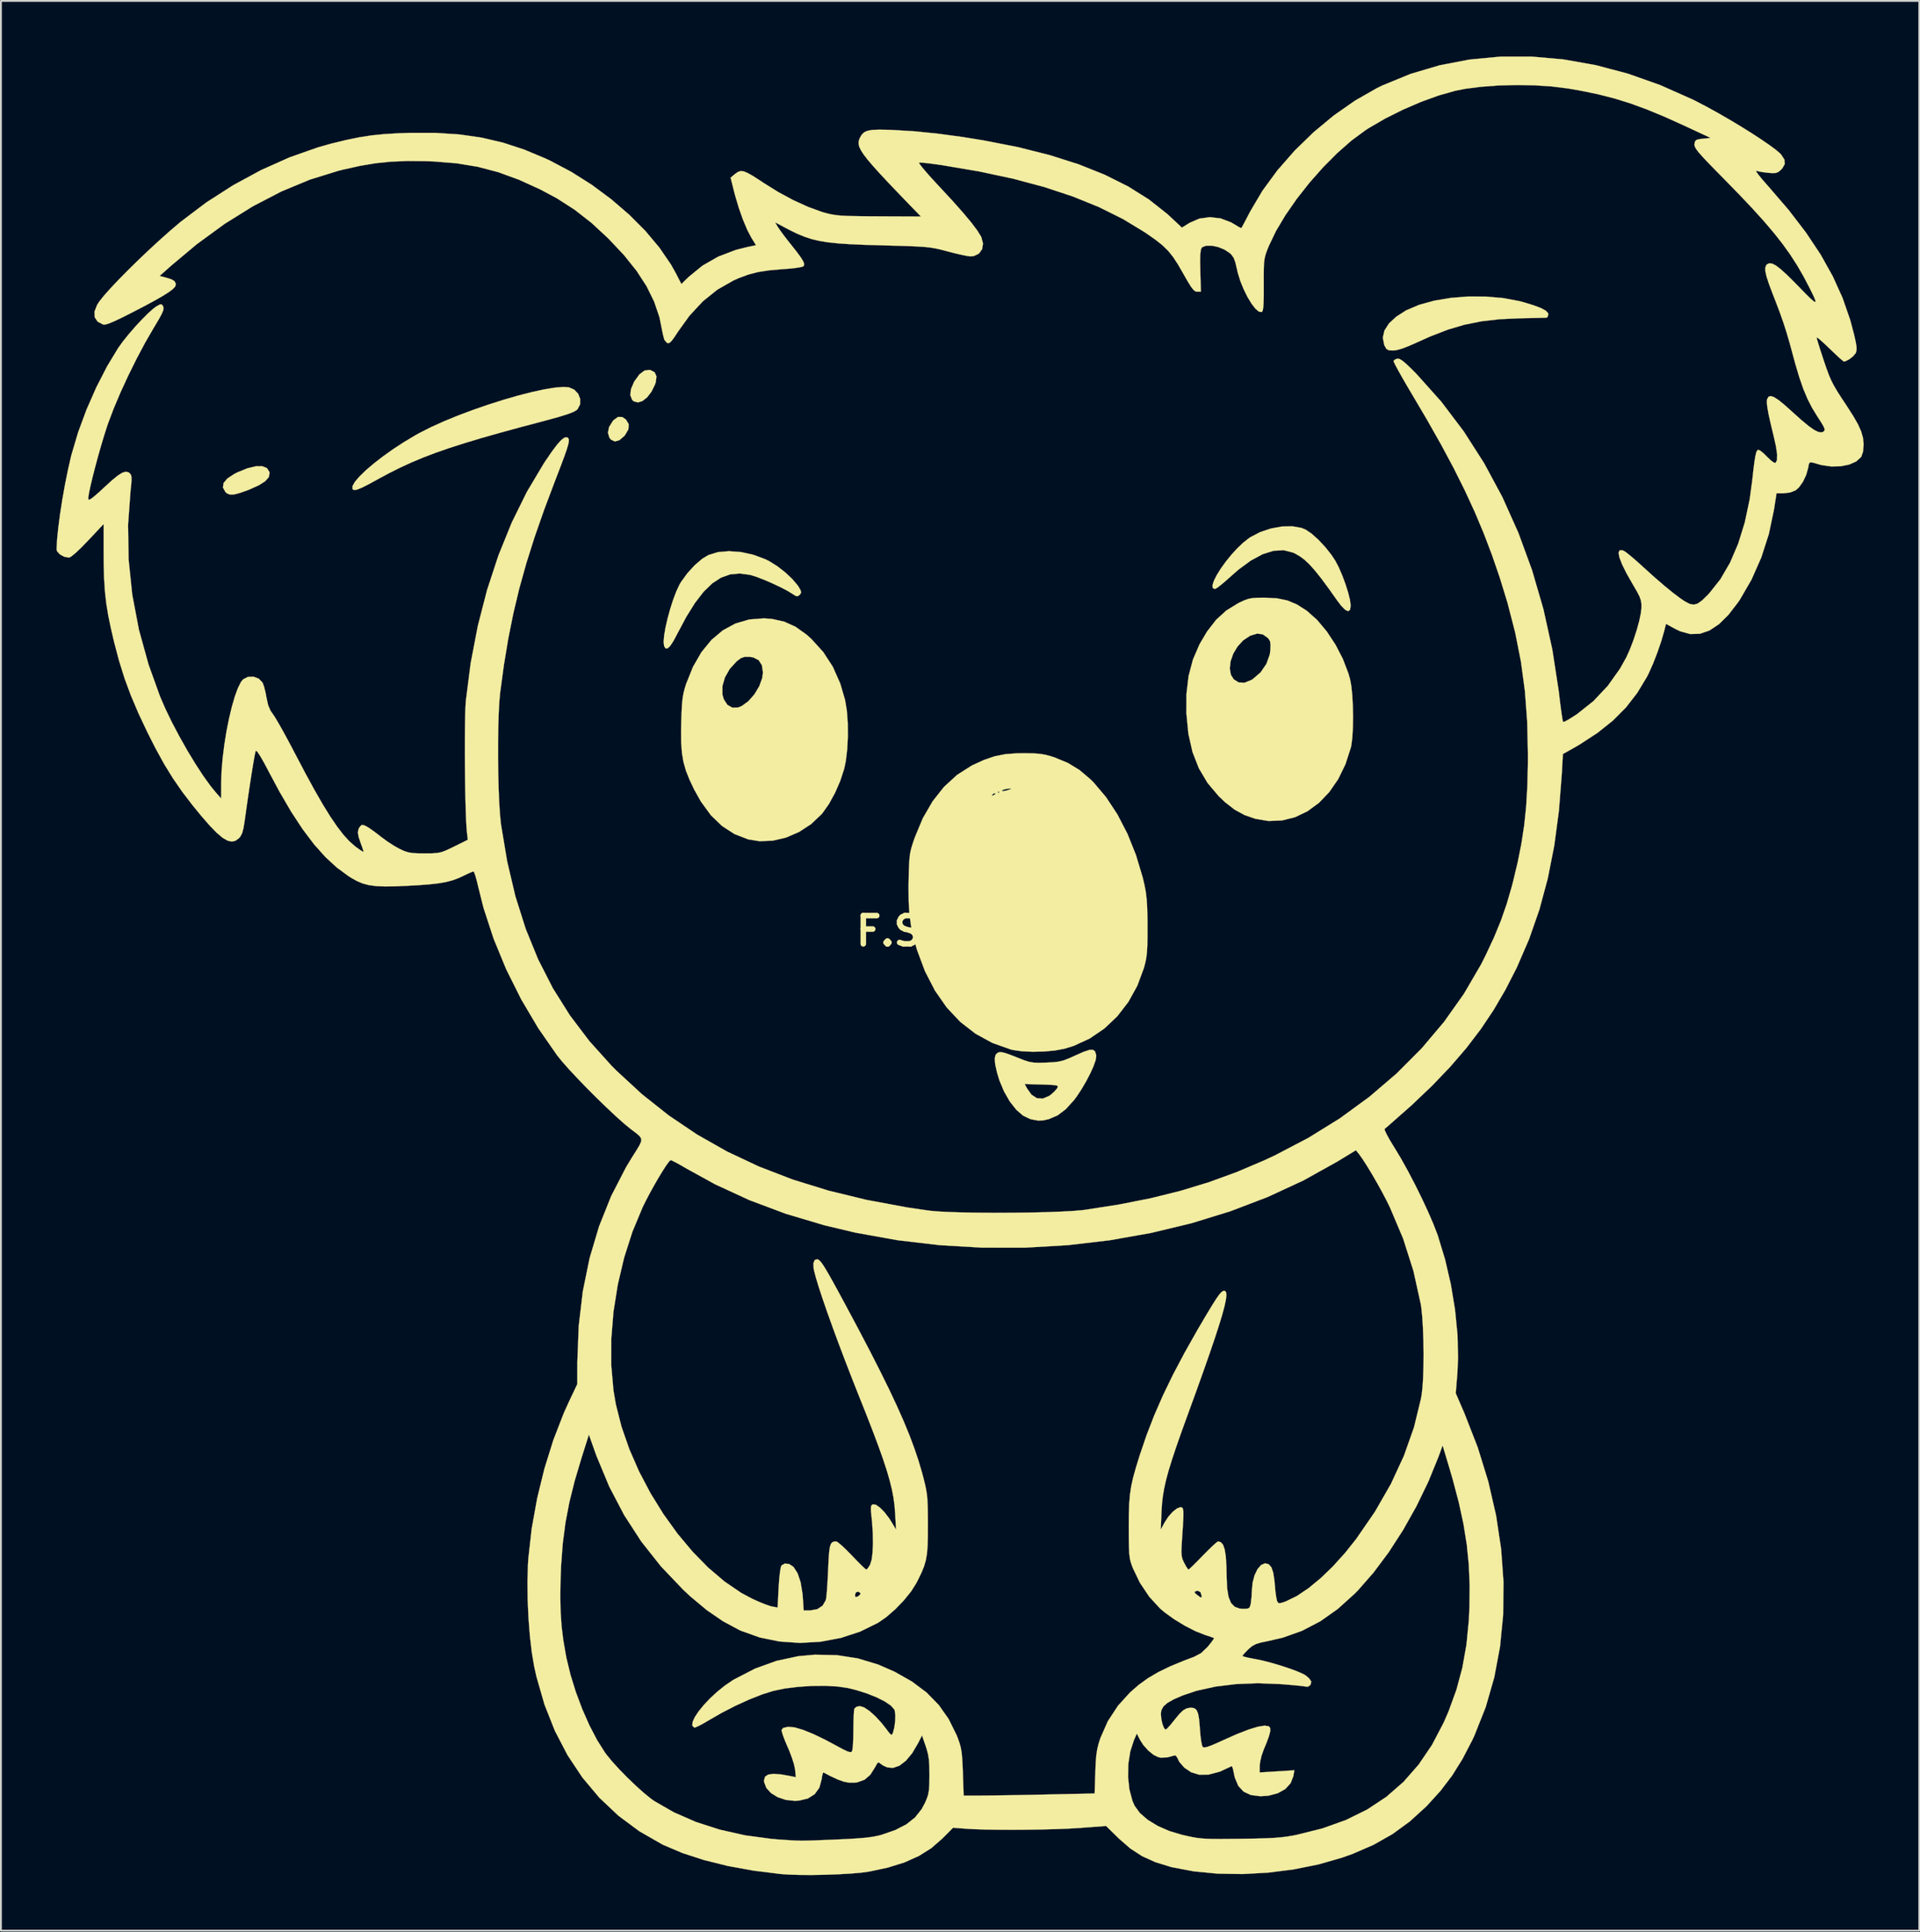
<source format=kicad_pcb>
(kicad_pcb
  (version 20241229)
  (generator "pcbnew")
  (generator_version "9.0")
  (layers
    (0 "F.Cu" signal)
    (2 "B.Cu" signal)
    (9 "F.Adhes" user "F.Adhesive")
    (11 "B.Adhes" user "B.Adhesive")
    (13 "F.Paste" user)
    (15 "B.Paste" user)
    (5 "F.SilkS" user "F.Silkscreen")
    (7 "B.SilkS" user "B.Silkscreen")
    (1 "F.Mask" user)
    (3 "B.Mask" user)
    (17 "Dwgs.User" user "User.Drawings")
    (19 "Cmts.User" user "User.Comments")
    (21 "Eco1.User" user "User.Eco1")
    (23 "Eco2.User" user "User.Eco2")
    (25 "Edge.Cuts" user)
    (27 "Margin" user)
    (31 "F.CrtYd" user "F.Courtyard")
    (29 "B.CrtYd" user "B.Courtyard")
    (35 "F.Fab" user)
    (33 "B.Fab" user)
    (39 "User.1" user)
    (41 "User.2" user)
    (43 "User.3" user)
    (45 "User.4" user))
  (footprint "F.SilkS_g9"
    (layer "F.Cu")
    (at 49.025 47.193)
    (property "Reference" "F.SilkS_g9" (at 0 0 0) (layer "F.SilkS") (effects (font (size 1.524 1.524) (thickness 0.3))))
    (attr through_hole)
    (fp_poly (pts (xy -18.487 -27.739) (xy -18.288 -27.601) (xy -18.141 -27.354) (xy -18.158 -27.073) (xy -18.341 -26.763) (xy -18.381 -26.715) (xy -18.644 -26.488) (xy -18.884 -26.421) (xy -19.093 -26.516) (xy -19.184 -26.626) (xy -19.262 -26.892) (xy -19.199 -27.2) (xy -19.002 -27.517) (xy -18.949 -27.577) (xy -18.717 -27.742) (xy -18.487 -27.739)) (stroke (width 0.01) (type solid)) (fill yes) (layer "F.SilkS"))
    (fp_poly (pts (xy -16.979 -30.277) (xy -16.741 -30.153) (xy -16.642 -29.934) (xy -16.68 -29.618) (xy -16.724 -29.488) (xy -16.916 -29.1) (xy -17.148 -28.8) (xy -17.4 -28.603) (xy -17.646 -28.526) (xy -17.864 -28.584) (xy -17.953 -28.664) (xy -18.053 -28.913) (xy -18.019 -29.241) (xy -17.855 -29.627) (xy -17.833 -29.666) (xy -17.563 -30.039) (xy -17.29 -30.246) (xy -17.016 -30.284) (xy -16.979 -30.277)) (stroke (width 0.01) (type solid)) (fill yes) (layer "F.SilkS"))
    (fp_poly (pts (xy -37.67 -24.985) (xy -37.538 -24.784) (xy -37.524 -24.712) (xy -37.57 -24.492) (xy -37.763 -24.274) (xy -38.111 -24.053) (xy -38.619 -23.825) (xy -38.688 -23.798) (xy -39.124 -23.642) (xy -39.438 -23.561) (xy -39.662 -23.554) (xy -39.824 -23.618) (xy -39.907 -23.692) (xy -40.041 -23.933) (xy -40.008 -24.175) (xy -39.806 -24.419) (xy -39.435 -24.664) (xy -39.235 -24.765) (xy -38.717 -24.974) (xy -38.274 -25.08) (xy -37.92 -25.083) (xy -37.67 -24.985)) (stroke (width 0.01) (type solid)) (fill yes) (layer "F.SilkS"))
    (fp_poly (pts (xy 28.119 -34.24) (xy 29.052 -34.159) (xy 29.928 -33.995) (xy 30.13 -33.942) (xy 30.691 -33.772) (xy 31.096 -33.62) (xy 31.356 -33.479) (xy 31.48 -33.345) (xy 31.496 -33.277) (xy 31.452 -33.135) (xy 31.39 -33.099) (xy 31.272 -33.096) (xy 31.017 -33.09) (xy 30.657 -33.082) (xy 30.223 -33.073) (xy 29.972 -33.068) (xy 28.876 -33.018) (xy 27.893 -32.906) (xy 26.973 -32.722) (xy 26.069 -32.454) (xy 25.13 -32.09) (xy 24.539 -31.826) (xy 24.01 -31.59) (xy 23.606 -31.433) (xy 23.304 -31.348) (xy 23.117 -31.327) (xy 22.886 -31.341) (xy 22.756 -31.414) (xy 22.657 -31.589) (xy 22.636 -31.64) (xy 22.563 -32.02) (xy 22.651 -32.406) (xy 22.894 -32.787) (xy 23.285 -33.152) (xy 23.816 -33.491) (xy 23.835 -33.501) (xy 24.523 -33.793) (xy 25.331 -34.016) (xy 26.223 -34.167) (xy 27.164 -34.242) (xy 28.119 -34.24)) (stroke (width 0.01) (type solid)) (fill yes) (layer "F.SilkS"))
    (fp_poly (pts (xy -21.374 -29.342) (xy -21.078 -29.216) (xy -20.868 -28.992) (xy -20.759 -28.713) (xy -20.765 -28.422) (xy -20.902 -28.162) (xy -20.939 -28.125) (xy -21.103 -28.025) (xy -21.409 -27.904) (xy -21.864 -27.76) (xy -22.477 -27.59) (xy -22.611 -27.554) (xy -23.918 -27.208) (xy -25.077 -26.892) (xy -26.105 -26.6) (xy -27.018 -26.325) (xy -27.834 -26.063) (xy -28.569 -25.807) (xy -29.241 -25.551) (xy -29.867 -25.289) (xy -30.463 -25.015) (xy -31.047 -24.724) (xy -31.636 -24.408) (xy -31.751 -24.344) (xy -32.215 -24.092) (xy -32.555 -23.921) (xy -32.791 -23.826) (xy -32.942 -23.798) (xy -33.028 -23.83) (xy -33.047 -23.855) (xy -33.047 -24.014) (xy -32.916 -24.245) (xy -32.669 -24.534) (xy -32.324 -24.868) (xy -31.895 -25.234) (xy -31.399 -25.618) (xy -30.851 -26.008) (xy -30.267 -26.389) (xy -29.664 -26.75) (xy -29.44 -26.874) (xy -28.82 -27.189) (xy -28.118 -27.506) (xy -27.354 -27.819) (xy -26.551 -28.12) (xy -25.731 -28.404) (xy -24.916 -28.663) (xy -24.127 -28.892) (xy -23.385 -29.082) (xy -22.714 -29.229) (xy -22.135 -29.324) (xy -21.668 -29.361) (xy -21.374 -29.342)) (stroke (width 0.01) (type solid)) (fill yes) (layer "F.SilkS"))
    (fp_poly (pts (xy -12.075 -20.451) (xy -11.407 -20.304) (xy -10.762 -20.063) (xy -10.554 -19.959) (xy -10.125 -19.692) (xy -9.694 -19.357) (xy -9.31 -18.996) (xy -9.02 -18.652) (xy -8.967 -18.572) (xy -8.856 -18.375) (xy -8.836 -18.256) (xy -8.899 -18.159) (xy -8.914 -18.143) (xy -9.016 -18.068) (xy -9.125 -18.083) (xy -9.304 -18.197) (xy -9.304 -18.197) (xy -9.581 -18.366) (xy -9.968 -18.567) (xy -10.413 -18.775) (xy -10.865 -18.969) (xy -11.273 -19.125) (xy -11.587 -19.22) (xy -11.588 -19.221) (xy -12.143 -19.295) (xy -12.663 -19.248) (xy -13.156 -19.073) (xy -13.631 -18.764) (xy -14.096 -18.313) (xy -14.559 -17.714) (xy -15.03 -16.96) (xy -15.484 -16.108) (xy -15.716 -15.671) (xy -15.9 -15.388) (xy -16.044 -15.252) (xy -16.153 -15.256) (xy -16.228 -15.375) (xy -16.256 -15.598) (xy -16.228 -15.944) (xy -16.154 -16.379) (xy -16.042 -16.868) (xy -15.902 -17.378) (xy -15.743 -17.875) (xy -15.573 -18.324) (xy -15.401 -18.693) (xy -15.326 -18.823) (xy -14.975 -19.308) (xy -14.577 -19.742) (xy -14.172 -20.089) (xy -13.843 -20.289) (xy -13.332 -20.447) (xy -12.73 -20.5) (xy -12.075 -20.451)) (stroke (width 0.01) (type solid)) (fill yes) (layer "F.SilkS"))
    (fp_poly (pts (xy 18.159 -21.759) (xy 18.381 -21.671) (xy 18.707 -21.454) (xy 19.075 -21.127) (xy 19.448 -20.73) (xy 19.786 -20.304) (xy 20.005 -19.973) (xy 20.191 -19.612) (xy 20.379 -19.175) (xy 20.552 -18.706) (xy 20.695 -18.252) (xy 20.792 -17.857) (xy 20.828 -17.567) (xy 20.794 -17.337) (xy 20.694 -17.261) (xy 20.532 -17.336) (xy 20.31 -17.562) (xy 20.097 -17.843) (xy 19.63 -18.501) (xy 19.237 -19.032) (xy 18.902 -19.452) (xy 18.61 -19.779) (xy 18.346 -20.029) (xy 18.093 -20.219) (xy 17.837 -20.366) (xy 17.717 -20.423) (xy 17.218 -20.552) (xy 16.668 -20.522) (xy 16.073 -20.336) (xy 15.437 -19.993) (xy 14.763 -19.497) (xy 14.401 -19.18) (xy 14.094 -18.905) (xy 13.823 -18.678) (xy 13.616 -18.521) (xy 13.502 -18.458) (xy 13.497 -18.457) (xy 13.383 -18.515) (xy 13.373 -18.675) (xy 13.451 -18.917) (xy 13.606 -19.221) (xy 13.822 -19.566) (xy 14.086 -19.932) (xy 14.383 -20.3) (xy 14.702 -20.648) (xy 15.026 -20.957) (xy 15.343 -21.207) (xy 15.412 -21.253) (xy 15.94 -21.528) (xy 16.519 -21.722) (xy 17.108 -21.829) (xy 17.668 -21.843) (xy 18.159 -21.759)) (stroke (width 0.01) (type solid)) (fill yes) (layer "F.SilkS"))
    (fp_poly (pts (xy 7.025 6.486) (xy 7.083 6.657) (xy 7.095 6.749) (xy 7.064 6.962) (xy 6.953 7.279) (xy 6.779 7.667) (xy 6.559 8.092) (xy 6.31 8.519) (xy 6.049 8.915) (xy 5.895 9.122) (xy 5.453 9.61) (xy 5.007 9.947) (xy 4.534 10.149) (xy 4.522 10.152) (xy 4.216 10.219) (xy 3.949 10.226) (xy 3.636 10.169) (xy 3.519 10.139) (xy 3.145 9.961) (xy 2.776 9.639) (xy 2.428 9.196) (xy 2.118 8.657) (xy 1.951 8.255) (xy 3.234 8.255) (xy 3.354 8.485) (xy 3.599 8.83) (xy 3.887 9.016) (xy 4.207 9.041) (xy 4.545 8.901) (xy 4.626 8.844) (xy 4.828 8.668) (xy 4.974 8.501) (xy 4.994 8.469) (xy 5.022 8.398) (xy 4.999 8.35) (xy 4.897 8.32) (xy 4.69 8.301) (xy 4.352 8.287) (xy 4.157 8.281) (xy 3.234 8.255) (xy 1.951 8.255) (xy 1.864 8.046) (xy 1.741 7.639) (xy 1.644 7.207) (xy 1.615 6.904) (xy 1.652 6.705) (xy 1.71 6.621) (xy 1.807 6.551) (xy 1.933 6.53) (xy 2.12 6.563) (xy 2.398 6.655) (xy 2.798 6.812) (xy 2.826 6.823) (xy 3.187 6.966) (xy 3.461 7.053) (xy 3.711 7.097) (xy 4.002 7.108) (xy 4.389 7.098) (xy 4.779 7.079) (xy 5.075 7.044) (xy 5.339 6.978) (xy 5.632 6.865) (xy 6.004 6.697) (xy 6.422 6.513) (xy 6.717 6.415) (xy 6.91 6.406) (xy 7.025 6.486)) (stroke (width 0.01) (type solid)) (fill yes) (layer "F.SilkS"))
    (fp_poly (pts (xy -10.392 -16.84) (xy -9.742 -16.695) (xy -9.136 -16.42) (xy -8.546 -16) (xy -8.29 -15.772) (xy -7.643 -15.06) (xy -7.124 -14.263) (xy -6.724 -13.362) (xy -6.461 -12.466) (xy -6.368 -11.903) (xy -6.318 -11.235) (xy -6.311 -10.519) (xy -6.347 -9.811) (xy -6.424 -9.169) (xy -6.508 -8.763) (xy -6.72 -8.112) (xy -7.003 -7.461) (xy -7.33 -6.864) (xy -7.676 -6.373) (xy -7.741 -6.296) (xy -8.304 -5.766) (xy -8.948 -5.347) (xy -9.643 -5.047) (xy -10.363 -4.878) (xy -11.076 -4.848) (xy -11.691 -4.948) (xy -12.432 -5.235) (xy -13.102 -5.668) (xy -13.705 -6.251) (xy -14.244 -6.988) (xy -14.602 -7.629) (xy -14.86 -8.173) (xy -15.052 -8.658) (xy -15.185 -9.126) (xy -15.268 -9.616) (xy -15.308 -10.17) (xy -15.313 -10.829) (xy -15.305 -11.245) (xy -15.287 -11.797) (xy -15.264 -12.219) (xy -15.232 -12.549) (xy -15.195 -12.765) (xy -13.083 -12.765) (xy -13.009 -12.506) (xy -12.813 -12.205) (xy -12.549 -12.056) (xy -12.235 -12.065) (xy -12.04 -12.142) (xy -11.679 -12.406) (xy -11.353 -12.779) (xy -11.094 -13.211) (xy -10.933 -13.654) (xy -10.894 -13.952) (xy -10.951 -14.346) (xy -11.125 -14.617) (xy -11.416 -14.768) (xy -11.621 -14.8) (xy -11.887 -14.798) (xy -12.086 -14.729) (xy -12.305 -14.563) (xy -12.314 -14.555) (xy -12.687 -14.147) (xy -12.947 -13.69) (xy -13.083 -13.219) (xy -13.083 -12.765) (xy -15.195 -12.765) (xy -15.185 -12.825) (xy -15.119 -13.087) (xy -15.042 -13.335) (xy -14.669 -14.262) (xy -14.21 -15.057) (xy -13.671 -15.714) (xy -13.059 -16.228) (xy -12.38 -16.596) (xy -11.639 -16.813) (xy -10.843 -16.874) (xy -10.392 -16.84)) (stroke (width 0.01) (type solid)) (fill yes) (layer "F.SilkS"))
    (fp_poly (pts (xy 16.867 -17.953) (xy 17.418 -17.838) (xy 17.921 -17.627) (xy 18.43 -17.303) (xy 18.478 -17.268) (xy 19.019 -16.785) (xy 19.536 -16.169) (xy 20.005 -15.459) (xy 20.402 -14.693) (xy 20.704 -13.907) (xy 20.795 -13.589) (xy 20.864 -13.208) (xy 20.914 -12.71) (xy 20.945 -12.14) (xy 20.956 -11.542) (xy 20.946 -10.961) (xy 20.916 -10.441) (xy 20.864 -10.027) (xy 20.838 -9.906) (xy 20.547 -9.005) (xy 20.156 -8.202) (xy 19.676 -7.505) (xy 19.121 -6.924) (xy 18.501 -6.468) (xy 17.83 -6.146) (xy 17.119 -5.967) (xy 16.381 -5.94) (xy 15.686 -6.057) (xy 15.097 -6.261) (xy 14.565 -6.551) (xy 14.047 -6.954) (xy 13.706 -7.278) (xy 13.105 -7.989) (xy 12.636 -8.779) (xy 12.291 -9.661) (xy 12.068 -10.646) (xy 11.961 -11.738) (xy 11.965 -12.805) (xy 12.08 -13.767) (xy 12.189 -14.176) (xy 14.301 -14.176) (xy 14.361 -13.83) (xy 14.516 -13.585) (xy 14.787 -13.413) (xy 15.1 -13.4) (xy 15.461 -13.546) (xy 15.546 -13.598) (xy 15.966 -13.96) (xy 16.28 -14.418) (xy 16.462 -14.927) (xy 16.493 -15.15) (xy 16.504 -15.45) (xy 16.476 -15.639) (xy 16.395 -15.775) (xy 16.352 -15.821) (xy 16.082 -16.011) (xy 15.784 -16.052) (xy 15.428 -15.946) (xy 15.376 -15.922) (xy 15.018 -15.681) (xy 14.719 -15.353) (xy 14.491 -14.971) (xy 14.348 -14.568) (xy 14.301 -14.176) (xy 12.189 -14.176) (xy 12.314 -14.651) (xy 12.674 -15.485) (xy 13.076 -16.164) (xy 13.567 -16.798) (xy 14.114 -17.297) (xy 14.755 -17.692) (xy 14.807 -17.718) (xy 15.079 -17.845) (xy 15.303 -17.925) (xy 15.534 -17.969) (xy 15.829 -17.986) (xy 16.212 -17.989) (xy 16.867 -17.953)) (stroke (width 0.01) (type solid)) (fill yes) (layer "F.SilkS"))
    (fp_poly (pts (xy 3.69 -9.589) (xy 4.052 -9.563) (xy 4.36 -9.512) (xy 4.671 -9.427) (xy 4.854 -9.367) (xy 5.57 -9.069) (xy 6.199 -8.684) (xy 6.797 -8.175) (xy 6.947 -8.026) (xy 7.622 -7.229) (xy 8.237 -6.295) (xy 8.78 -5.246) (xy 9.238 -4.106) (xy 9.6 -2.899) (xy 9.705 -2.455) (xy 9.77 -2.105) (xy 9.815 -1.723) (xy 9.844 -1.274) (xy 9.859 -0.72) (xy 9.862 -0.212) (xy 9.86 0.361) (xy 9.851 0.801) (xy 9.831 1.143) (xy 9.799 1.424) (xy 9.75 1.678) (xy 9.681 1.943) (xy 9.668 1.99) (xy 9.312 2.95) (xy 8.828 3.825) (xy 8.229 4.601) (xy 7.529 5.263) (xy 6.739 5.8) (xy 5.875 6.197) (xy 5.377 6.35) (xy 4.868 6.445) (xy 4.277 6.5) (xy 3.663 6.514) (xy 3.082 6.487) (xy 2.592 6.417) (xy 2.483 6.39) (xy 1.487 6.037) (xy 0.577 5.539) (xy -0.246 4.9) (xy -0.976 4.124) (xy -1.611 3.212) (xy -2.148 2.17) (xy -2.575 1.027) (xy -2.764 0.364) (xy -2.9 -0.266) (xy -2.986 -0.908) (xy -3.03 -1.609) (xy -3.037 -2.416) (xy -3.032 -2.708) (xy -3.019 -3.249) (xy -3.003 -3.658) (xy -2.98 -3.974) (xy -2.943 -4.233) (xy -2.887 -4.475) (xy -2.807 -4.736) (xy -2.699 -5.051) (xy -2.265 -6.09) (xy -1.736 -7.004) (xy -1.498 -7.305) (xy 1.448 -7.305) (xy 1.533 -7.323) (xy 1.549 -7.329) (xy 1.652 -7.396) (xy 1.653 -7.434) (xy 1.564 -7.425) (xy 1.501 -7.377) (xy 1.448 -7.305) (xy -1.498 -7.305) (xy -1.349 -7.493) (xy 1.778 -7.493) (xy 1.82 -7.451) (xy 1.863 -7.493) (xy 1.82 -7.535) (xy 1.778 -7.493) (xy -1.349 -7.493) (xy -1.29 -7.568) (xy 1.989 -7.568) (xy 2.034 -7.55) (xy 2.174 -7.568) (xy 2.371 -7.62) (xy 2.5 -7.669) (xy 2.472 -7.688) (xy 2.413 -7.69) (xy 2.191 -7.658) (xy 2.074 -7.62) (xy 1.989 -7.568) (xy -1.29 -7.568) (xy -1.117 -7.786) (xy -0.414 -8.429) (xy 0.369 -8.927) (xy 0.423 -8.954) (xy 1.048 -9.24) (xy 1.614 -9.432) (xy 2.185 -9.545) (xy 2.823 -9.593) (xy 3.217 -9.598) (xy 3.69 -9.589)) (stroke (width 0.01) (type solid)) (fill yes) (layer "F.SilkS"))
    (fp_poly (pts (xy 32.323 -47.035) (xy 34.053 -46.728) (xy 35.791 -46.268) (xy 37.526 -45.655) (xy 39.25 -44.89) (xy 39.46 -44.786) (xy 40.025 -44.492) (xy 40.628 -44.16) (xy 41.246 -43.804) (xy 41.856 -43.439) (xy 42.436 -43.078) (xy 42.964 -42.735) (xy 43.418 -42.424) (xy 43.775 -42.16) (xy 44.012 -41.957) (xy 44.062 -41.903) (xy 44.238 -41.63) (xy 44.259 -41.393) (xy 44.125 -41.158) (xy 44.062 -41.091) (xy 43.918 -40.966) (xy 43.771 -40.908) (xy 43.559 -40.902) (xy 43.363 -40.917) (xy 43.066 -40.954) (xy 42.818 -41) (xy 42.717 -41.029) (xy 42.711 -40.995) (xy 42.805 -40.856) (xy 42.984 -40.631) (xy 43.233 -40.341) (xy 43.386 -40.169) (xy 44.47 -38.909) (xy 45.403 -37.692) (xy 46.194 -36.505) (xy 46.849 -35.332) (xy 47.379 -34.161) (xy 47.79 -32.976) (xy 48.001 -32.179) (xy 48.087 -31.791) (xy 48.13 -31.528) (xy 48.133 -31.351) (xy 48.1 -31.221) (xy 48.079 -31.177) (xy 47.938 -31.01) (xy 47.73 -30.85) (xy 47.526 -30.748) (xy 47.45 -30.734) (xy 47.37 -30.79) (xy 47.196 -30.941) (xy 46.955 -31.166) (xy 46.683 -31.426) (xy 46.408 -31.689) (xy 46.183 -31.891) (xy 46.03 -32.013) (xy 45.974 -32.036) (xy 45.974 -32.036) (xy 46 -31.929) (xy 46.07 -31.693) (xy 46.174 -31.361) (xy 46.304 -30.964) (xy 46.344 -30.841) (xy 46.498 -30.389) (xy 46.63 -30.029) (xy 46.761 -29.723) (xy 46.911 -29.43) (xy 47.1 -29.11) (xy 47.348 -28.723) (xy 47.606 -28.334) (xy 47.958 -27.786) (xy 48.213 -27.338) (xy 48.381 -26.961) (xy 48.477 -26.626) (xy 48.512 -26.304) (xy 48.513 -26.244) (xy 48.481 -25.863) (xy 48.387 -25.596) (xy 48.376 -25.579) (xy 48.115 -25.342) (xy 47.734 -25.174) (xy 47.27 -25.081) (xy 46.761 -25.07) (xy 46.244 -25.146) (xy 46.093 -25.187) (xy 45.813 -25.271) (xy 45.655 -25.297) (xy 45.579 -25.254) (xy 45.542 -25.128) (xy 45.524 -25.012) (xy 45.415 -24.618) (xy 45.236 -24.24) (xy 45.016 -23.934) (xy 44.841 -23.783) (xy 44.543 -23.667) (xy 44.195 -23.622) (xy 43.813 -23.622) (xy 43.67 -22.712) (xy 43.396 -21.417) (xy 42.989 -20.156) (xy 42.463 -18.966) (xy 41.831 -17.878) (xy 41.732 -17.733) (xy 41.214 -17.061) (xy 40.701 -16.557) (xy 40.19 -16.218) (xy 39.676 -16.042) (xy 39.154 -16.028) (xy 38.621 -16.174) (xy 38.376 -16.291) (xy 37.847 -16.576) (xy 37.759 -16.225) (xy 37.595 -15.655) (xy 37.382 -15.034) (xy 37.145 -14.426) (xy 36.908 -13.895) (xy 36.817 -13.716) (xy 36.294 -12.85) (xy 35.69 -12.071) (xy 34.983 -11.36) (xy 34.154 -10.698) (xy 33.183 -10.065) (xy 32.786 -9.835) (xy 32.282 -9.553) (xy 32.223 -8.481) (xy 32.066 -6.479) (xy 31.815 -4.604) (xy 31.466 -2.839) (xy 31.015 -1.164) (xy 30.457 0.437) (xy 29.787 1.983) (xy 29.176 3.175) (xy 28.543 4.257) (xy 27.845 5.299) (xy 27.068 6.317) (xy 26.196 7.329) (xy 25.216 8.352) (xy 24.111 9.404) (xy 22.867 10.5) (xy 22.659 10.677) (xy 22.675 10.767) (xy 22.77 10.97) (xy 22.929 11.259) (xy 23.138 11.605) (xy 23.196 11.698) (xy 23.542 12.272) (xy 23.916 12.944) (xy 24.298 13.674) (xy 24.668 14.424) (xy 25.008 15.153) (xy 25.297 15.821) (xy 25.515 16.389) (xy 25.528 16.425) (xy 25.923 17.722) (xy 26.235 19.069) (xy 26.46 20.43) (xy 26.592 21.765) (xy 26.625 23.035) (xy 26.586 23.864) (xy 26.499 24.941) (xy 26.973 26.038) (xy 27.686 27.866) (xy 28.253 29.699) (xy 28.674 31.528) (xy 28.948 33.344) (xy 29.076 35.136) (xy 29.057 36.895) (xy 28.89 38.612) (xy 28.577 40.277) (xy 28.115 41.881) (xy 27.506 43.413) (xy 27.39 43.662) (xy 26.861 44.68) (xy 26.301 45.576) (xy 25.676 46.397) (xy 24.954 47.19) (xy 24.894 47.251) (xy 24.013 48.053) (xy 23.079 48.733) (xy 22.063 49.308) (xy 20.932 49.799) (xy 20.354 50.004) (xy 19.088 50.367) (xy 17.751 50.636) (xy 16.378 50.81) (xy 15.003 50.887) (xy 13.657 50.866) (xy 12.377 50.744) (xy 11.194 50.52) (xy 11.125 50.503) (xy 10.29 50.247) (xy 9.575 49.924) (xy 8.935 49.509) (xy 8.325 48.978) (xy 8.321 48.975) (xy 7.626 48.292) (xy 6.205 48.399) (xy 5.628 48.434) (xy 4.939 48.461) (xy 4.175 48.482) (xy 3.372 48.495) (xy 2.564 48.5) (xy 1.789 48.496) (xy 1.081 48.485) (xy 0.478 48.465) (xy 0.086 48.442) (xy -0.632 48.387) (xy -1.226 48.984) (xy -1.812 49.491) (xy -2.483 49.913) (xy -3.26 50.26) (xy -4.161 50.54) (xy -5.165 50.754) (xy -5.597 50.813) (xy -6.159 50.861) (xy -6.808 50.898) (xy -7.506 50.924) (xy -8.21 50.936) (xy -8.881 50.934) (xy -9.479 50.916) (xy -9.929 50.886) (xy -11.402 50.703) (xy -12.791 50.45) (xy -14.078 50.131) (xy -15.243 49.752) (xy -16.267 49.316) (xy -16.341 49.28) (xy -17.571 48.574) (xy -18.7 47.735) (xy -19.724 46.768) (xy -20.638 45.68) (xy -21.44 44.475) (xy -22.124 43.161) (xy -22.686 41.743) (xy -23.122 40.226) (xy -23.241 39.689) (xy -23.371 38.92) (xy -23.475 38.03) (xy -23.55 37.066) (xy -23.594 36.076) (xy -23.596 35.888) (xy -21.832 35.888) (xy -21.816 36.731) (xy -21.764 37.505) (xy -21.673 38.256) (xy -21.539 39.034) (xy -21.5 39.235) (xy -21.281 40.141) (xy -20.991 41.073) (xy -20.645 41.995) (xy -20.258 42.869) (xy -19.848 43.656) (xy -19.428 44.32) (xy -19.34 44.44) (xy -19.037 44.811) (xy -18.65 45.236) (xy -18.213 45.682) (xy -17.761 46.116) (xy -17.327 46.505) (xy -16.947 46.815) (xy -16.765 46.945) (xy -15.701 47.557) (xy -14.514 48.075) (xy -13.226 48.491) (xy -11.858 48.798) (xy -10.433 48.99) (xy -10.075 49.019) (xy -9.691 49.046) (xy -9.385 49.066) (xy -9.124 49.079) (xy -8.876 49.085) (xy -8.61 49.084) (xy -8.292 49.077) (xy -7.892 49.063) (xy -7.377 49.042) (xy -6.943 49.024) (xy -6.264 48.993) (xy -5.727 48.959) (xy -5.301 48.921) (xy -4.959 48.874) (xy -4.671 48.816) (xy -4.501 48.772) (xy -3.756 48.515) (xy -3.157 48.207) (xy -2.688 47.836) (xy -2.331 47.387) (xy -2.152 47.054) (xy -2.045 46.806) (xy -1.975 46.588) (xy -1.934 46.353) (xy -1.914 46.054) (xy -1.908 45.642) (xy -1.907 45.551) (xy -1.913 45.076) (xy -1.936 44.716) (xy -1.984 44.416) (xy -2.063 44.124) (xy -2.107 43.99) (xy -2.31 43.404) (xy -2.52 43.821) (xy -2.838 44.361) (xy -3.179 44.771) (xy -3.53 45.04) (xy -3.879 45.159) (xy -4.187 45.129) (xy -4.411 45.03) (xy -4.568 44.919) (xy -4.576 44.911) (xy -4.652 44.857) (xy -4.729 44.916) (xy -4.837 45.11) (xy -4.838 45.113) (xy -5.1 45.529) (xy -5.411 45.797) (xy -5.796 45.934) (xy -5.963 45.956) (xy -6.239 45.956) (xy -6.528 45.902) (xy -6.863 45.783) (xy -7.28 45.587) (xy -7.63 45.403) (xy -7.669 45.461) (xy -7.709 45.641) (xy -7.726 45.769) (xy -7.85 46.226) (xy -8.102 46.576) (xy -8.473 46.811) (xy -8.956 46.926) (xy -9.183 46.937) (xy -9.668 46.884) (xy -10.103 46.737) (xy -10.461 46.515) (xy -10.713 46.237) (xy -10.831 45.92) (xy -10.837 45.836) (xy -10.784 45.64) (xy -10.619 45.522) (xy -10.33 45.479) (xy -9.907 45.511) (xy -9.407 45.601) (xy -9.12 45.661) (xy -9.16 45.246) (xy -9.214 44.981) (xy -9.326 44.623) (xy -9.476 44.226) (xy -9.557 44.038) (xy -9.705 43.692) (xy -9.818 43.393) (xy -9.881 43.181) (xy -9.888 43.107) (xy -9.801 43.003) (xy -9.575 42.949) (xy -9.502 42.942) (xy -9.176 42.975) (xy -8.728 43.107) (xy -8.169 43.334) (xy -7.512 43.651) (xy -6.925 43.965) (xy -6.568 44.158) (xy -6.329 44.27) (xy -6.183 44.311) (xy -6.104 44.29) (xy -6.089 44.272) (xy -6.059 44.145) (xy -6.035 43.886) (xy -6.019 43.533) (xy -6.013 43.124) (xy -6.013 43.123) (xy -6.008 42.712) (xy -5.997 42.356) (xy -5.98 42.092) (xy -5.96 41.959) (xy -5.838 41.856) (xy -5.66 41.825) (xy -5.437 41.894) (xy -5.15 42.084) (xy -4.826 42.373) (xy -4.49 42.739) (xy -4.256 43.037) (xy -4.086 43.262) (xy -3.986 43.365) (xy -3.927 43.363) (xy -3.882 43.274) (xy -3.879 43.268) (xy -3.802 42.975) (xy -3.758 42.636) (xy -3.749 42.313) (xy -3.781 42.067) (xy -3.804 42.007) (xy -3.989 41.797) (xy -4.315 41.575) (xy -4.754 41.352) (xy -5.278 41.143) (xy -5.861 40.959) (xy -6.294 40.851) (xy -6.855 40.767) (xy -7.529 40.729) (xy -8.264 40.736) (xy -9.012 40.785) (xy -9.722 40.875) (xy -10.342 41.004) (xy -10.948 41.196) (xy -11.643 41.471) (xy -12.385 41.809) (xy -13.127 42.191) (xy -13.796 42.576) (xy -14.108 42.759) (xy -14.371 42.898) (xy -14.548 42.975) (xy -14.6 42.984) (xy -14.706 42.878) (xy -14.693 42.686) (xy -14.577 42.426) (xy -14.372 42.115) (xy -14.094 41.772) (xy -13.758 41.415) (xy -13.378 41.062) (xy -12.969 40.731) (xy -12.546 40.441) (xy -12.459 40.388) (xy -11.323 39.802) (xy -10.168 39.384) (xy -8.989 39.131) (xy -8.101 39.051) (xy -6.909 39.074) (xy -5.776 39.249) (xy -4.675 39.581) (xy -3.787 39.97) (xy -2.85 40.501) (xy -2.061 41.093) (xy -1.407 41.761) (xy -0.872 42.521) (xy -0.444 43.386) (xy -0.371 43.57) (xy -0.28 43.829) (xy -0.214 44.076) (xy -0.168 44.352) (xy -0.137 44.698) (xy -0.114 45.154) (xy -0.105 45.403) (xy -0.062 46.651) (xy 0.879 46.651) (xy 1.21 46.649) (xy 1.679 46.644) (xy 2.254 46.636) (xy 2.903 46.625) (xy 3.595 46.612) (xy 4.298 46.598) (xy 4.415 46.595) (xy 7.009 46.54) (xy 7.037 45.647) (xy 8.811 45.647) (xy 8.885 46.328) (xy 9.049 46.938) (xy 9.168 47.208) (xy 9.45 47.595) (xy 9.874 47.961) (xy 10.412 48.29) (xy 11.037 48.565) (xy 11.707 48.765) (xy 12.025 48.839) (xy 12.292 48.895) (xy 12.536 48.937) (xy 12.785 48.966) (xy 13.068 48.984) (xy 13.412 48.992) (xy 13.846 48.993) (xy 14.398 48.989) (xy 14.944 48.984) (xy 15.642 48.973) (xy 16.203 48.959) (xy 16.658 48.938) (xy 17.039 48.908) (xy 17.379 48.866) (xy 17.709 48.811) (xy 17.897 48.775) (xy 19.299 48.426) (xy 20.571 47.971) (xy 21.72 47.404) (xy 22.753 46.721) (xy 23.676 45.916) (xy 24.495 44.983) (xy 25.217 43.919) (xy 25.847 42.716) (xy 26.111 42.11) (xy 26.537 40.939) (xy 26.856 39.752) (xy 27.077 38.512) (xy 27.206 37.179) (xy 27.238 36.489) (xy 27.25 35.316) (xy 27.204 34.2) (xy 27.094 33.105) (xy 26.916 31.993) (xy 26.663 30.827) (xy 26.331 29.571) (xy 26.143 28.929) (xy 25.791 27.759) (xy 25.563 28.379) (xy 25.015 29.721) (xy 24.374 31.044) (xy 23.658 32.319) (xy 22.884 33.516) (xy 22.069 34.608) (xy 21.232 35.566) (xy 21.042 35.76) (xy 20.13 36.582) (xy 19.192 37.244) (xy 18.21 37.757) (xy 17.168 38.129) (xy 16.35 38.318) (xy 15.974 38.395) (xy 15.715 38.474) (xy 15.521 38.576) (xy 15.343 38.722) (xy 15.303 38.759) (xy 15.124 38.941) (xy 15.009 39.075) (xy 14.986 39.117) (xy 15.063 39.154) (xy 15.267 39.206) (xy 15.559 39.264) (xy 15.642 39.278) (xy 16.059 39.364) (xy 16.538 39.487) (xy 17.039 39.634) (xy 17.52 39.792) (xy 17.942 39.949) (xy 18.264 40.091) (xy 18.395 40.166) (xy 18.581 40.324) (xy 18.69 40.48) (xy 18.698 40.506) (xy 18.662 40.677) (xy 18.525 40.776) (xy 18.396 40.77) (xy 18.279 40.75) (xy 18.025 40.722) (xy 17.668 40.688) (xy 17.24 40.652) (xy 17.038 40.636) (xy 15.814 40.589) (xy 14.634 40.636) (xy 13.524 40.772) (xy 12.513 40.996) (xy 11.769 41.245) (xy 11.28 41.457) (xy 10.936 41.651) (xy 10.719 41.843) (xy 10.608 42.05) (xy 10.583 42.24) (xy 10.606 42.513) (xy 10.664 42.78) (xy 10.743 42.99) (xy 10.826 43.092) (xy 10.841 43.095) (xy 10.923 43.033) (xy 11.076 42.867) (xy 11.268 42.633) (xy 11.303 42.588) (xy 11.57 42.261) (xy 11.783 42.055) (xy 11.976 41.946) (xy 12.182 41.911) (xy 12.218 41.91) (xy 12.385 41.936) (xy 12.504 42.029) (xy 12.587 42.215) (xy 12.643 42.517) (xy 12.683 42.961) (xy 12.688 43.048) (xy 12.72 43.427) (xy 12.763 43.745) (xy 12.81 43.962) (xy 12.842 44.033) (xy 12.924 44.058) (xy 13.081 44.028) (xy 13.336 43.936) (xy 13.709 43.774) (xy 13.942 43.666) (xy 14.695 43.332) (xy 15.321 43.089) (xy 15.817 42.937) (xy 16.181 42.878) (xy 16.407 42.913) (xy 16.423 42.922) (xy 16.486 43.014) (xy 16.485 43.184) (xy 16.416 43.452) (xy 16.273 43.836) (xy 16.14 44.154) (xy 16.018 44.499) (xy 15.938 44.842) (xy 15.919 45.034) (xy 15.917 45.405) (xy 16.853 45.346) (xy 17.789 45.287) (xy 17.732 45.609) (xy 17.583 45.99) (xy 17.295 46.301) (xy 16.889 46.528) (xy 16.387 46.659) (xy 15.952 46.687) (xy 15.443 46.623) (xy 15.049 46.44) (xy 14.762 46.128) (xy 14.574 45.683) (xy 14.513 45.394) (xy 14.467 45.183) (xy 14.42 45.071) (xy 14.403 45.065) (xy 13.757 45.364) (xy 13.169 45.518) (xy 12.649 45.526) (xy 12.215 45.393) (xy 11.849 45.144) (xy 11.578 44.833) (xy 11.468 44.606) (xy 11.381 44.486) (xy 11.274 44.498) (xy 10.931 44.592) (xy 10.579 44.605) (xy 10.459 44.585) (xy 10.193 44.457) (xy 9.902 44.221) (xy 9.635 43.922) (xy 9.464 43.654) (xy 9.285 43.307) (xy 9.128 43.663) (xy 8.932 44.266) (xy 8.826 44.944) (xy 8.811 45.647) (xy 7.037 45.647) (xy 7.046 45.389) (xy 7.067 44.875) (xy 7.098 44.482) (xy 7.146 44.161) (xy 7.218 43.863) (xy 7.314 43.561) (xy 7.718 42.643) (xy 8.271 41.8) (xy 8.92 41.086) (xy 9.384 40.681) (xy 9.881 40.321) (xy 10.44 39.992) (xy 11.091 39.676) (xy 11.862 39.358) (xy 12.38 39.164) (xy 12.75 38.967) (xy 13.097 38.639) (xy 13.131 38.599) (xy 13.306 38.381) (xy 13.421 38.219) (xy 13.452 38.152) (xy 13.36 38.115) (xy 13.156 38.045) (xy 12.954 37.98) (xy 12.445 37.778) (xy 11.877 37.487) (xy 11.307 37.14) (xy 10.794 36.771) (xy 10.537 36.554) (xy 9.955 35.92) (xy 9.784 35.664) (xy 12.4 35.664) (xy 12.429 35.732) (xy 12.542 35.825) (xy 12.702 35.945) (xy 12.77 35.97) (xy 12.784 35.908) (xy 12.783 35.877) (xy 12.726 35.683) (xy 12.587 35.599) (xy 12.492 35.612) (xy 12.4 35.664) (xy 9.784 35.664) (xy 9.453 35.17) (xy 9.076 34.386) (xy 8.999 34.184) (xy 8.942 34.002) (xy 8.902 33.811) (xy 8.876 33.579) (xy 8.861 33.276) (xy 8.853 32.873) (xy 8.851 32.338) (xy 8.85 32.173) (xy 8.854 31.482) (xy 8.873 30.913) (xy 8.913 30.422) (xy 8.982 29.963) (xy 9.087 29.489) (xy 9.236 28.954) (xy 9.434 28.314) (xy 9.459 28.236) (xy 9.823 27.17) (xy 10.233 26.115) (xy 10.701 25.046) (xy 11.238 23.939) (xy 11.856 22.769) (xy 12.566 21.511) (xy 13.049 20.692) (xy 13.342 20.207) (xy 13.567 19.853) (xy 13.735 19.614) (xy 13.862 19.474) (xy 13.958 19.416) (xy 14.04 19.423) (xy 14.061 19.435) (xy 14.11 19.515) (xy 14.119 19.678) (xy 14.086 19.93) (xy 14.009 20.279) (xy 13.886 20.732) (xy 13.713 21.298) (xy 13.49 21.983) (xy 13.214 22.795) (xy 12.882 23.742) (xy 12.492 24.831) (xy 12.042 26.07) (xy 12.027 26.108) (xy 11.689 27.043) (xy 11.409 27.841) (xy 11.182 28.523) (xy 11.001 29.109) (xy 10.863 29.619) (xy 10.761 30.073) (xy 10.69 30.492) (xy 10.644 30.895) (xy 10.618 31.304) (xy 10.617 31.327) (xy 10.577 32.3) (xy 10.788 31.909) (xy 10.986 31.604) (xy 11.217 31.345) (xy 11.445 31.163) (xy 11.636 31.089) (xy 11.674 31.092) (xy 11.731 31.114) (xy 11.77 31.168) (xy 11.793 31.278) (xy 11.8 31.465) (xy 11.791 31.752) (xy 11.768 32.161) (xy 11.731 32.715) (xy 11.728 32.767) (xy 11.701 33.196) (xy 11.692 33.496) (xy 11.705 33.709) (xy 11.743 33.875) (xy 11.81 34.035) (xy 11.843 34.101) (xy 11.959 34.311) (xy 12.047 34.44) (xy 12.072 34.459) (xy 12.144 34.402) (xy 12.31 34.245) (xy 12.545 34.012) (xy 12.824 33.726) (xy 12.853 33.697) (xy 13.14 33.407) (xy 13.388 33.168) (xy 13.574 33.003) (xy 13.67 32.936) (xy 13.674 32.936) (xy 13.826 32.983) (xy 13.944 33.126) (xy 14.03 33.38) (xy 14.088 33.76) (xy 14.121 34.28) (xy 14.133 34.864) (xy 14.16 35.474) (xy 14.236 35.934) (xy 14.369 36.259) (xy 14.566 36.464) (xy 14.835 36.562) (xy 15.023 36.576) (xy 15.252 36.567) (xy 15.366 36.513) (xy 15.419 36.372) (xy 15.44 36.258) (xy 15.476 35.947) (xy 15.493 35.621) (xy 15.494 35.602) (xy 15.534 35.165) (xy 15.64 34.766) (xy 15.797 34.438) (xy 15.99 34.212) (xy 16.201 34.121) (xy 16.217 34.121) (xy 16.406 34.171) (xy 16.547 34.331) (xy 16.647 34.62) (xy 16.713 35.053) (xy 16.731 35.267) (xy 16.765 35.624) (xy 16.806 35.928) (xy 16.847 36.13) (xy 16.863 36.173) (xy 16.918 36.254) (xy 17.002 36.274) (xy 17.16 36.233) (xy 17.353 36.162) (xy 17.928 35.881) (xy 18.553 35.461) (xy 19.209 34.921) (xy 19.877 34.276) (xy 20.538 33.543) (xy 21.123 32.808) (xy 22.14 31.331) (xy 23.002 29.83) (xy 23.704 28.312) (xy 24.244 26.784) (xy 24.618 25.253) (xy 24.653 25.061) (xy 24.703 24.653) (xy 24.738 24.116) (xy 24.758 23.487) (xy 24.763 22.806) (xy 24.754 22.112) (xy 24.73 21.443) (xy 24.693 20.838) (xy 24.643 20.336) (xy 24.614 20.143) (xy 24.215 18.338) (xy 23.657 16.589) (xy 22.94 14.897) (xy 22.779 14.57) (xy 22.539 14.11) (xy 22.267 13.618) (xy 21.984 13.128) (xy 21.711 12.678) (xy 21.47 12.304) (xy 21.283 12.041) (xy 21.269 12.023) (xy 21.111 11.828) (xy 20.102 12.442) (xy 18.277 13.458) (xy 16.346 14.352) (xy 14.322 15.124) (xy 12.218 15.771) (xy 10.047 16.292) (xy 7.822 16.686) (xy 5.558 16.951) (xy 3.267 17.084) (xy 0.963 17.085) (xy -1.341 16.952) (xy -3.632 16.683) (xy -5.896 16.276) (xy -7.578 15.877) (xy -9.654 15.259) (xy -11.614 14.525) (xy -13.467 13.671) (xy -14.989 12.834) (xy -15.321 12.642) (xy -15.602 12.487) (xy -15.799 12.388) (xy -15.875 12.361) (xy -15.957 12.432) (xy -16.102 12.627) (xy -16.293 12.92) (xy -16.516 13.285) (xy -16.754 13.696) (xy -16.993 14.127) (xy -17.215 14.551) (xy -17.392 14.909) (xy -17.941 16.228) (xy -18.389 17.626) (xy -18.73 19.074) (xy -18.963 20.543) (xy -19.081 22.005) (xy -19.083 23.431) (xy -18.963 24.791) (xy -18.836 25.538) (xy -18.53 26.746) (xy -18.107 27.96) (xy -17.582 29.162) (xy -16.965 30.334) (xy -16.27 31.457) (xy -15.51 32.514) (xy -14.697 33.486) (xy -13.845 34.355) (xy -12.965 35.103) (xy -12.07 35.713) (xy -11.472 36.032) (xy -11.109 36.196) (xy -10.768 36.334) (xy -10.5 36.426) (xy -10.406 36.45) (xy -10.102 36.505) (xy -10.048 35.429) (xy -10.019 35.007) (xy -9.982 34.645) (xy -9.941 34.377) (xy -9.9 34.24) (xy -9.897 34.237) (xy -9.712 34.131) (xy -9.481 34.156) (xy -9.257 34.303) (xy -9.246 34.314) (xy -9.024 34.657) (xy -8.861 35.145) (xy -8.76 35.763) (xy -8.744 35.962) (xy -8.697 36.661) (xy -8.339 36.661) (xy -7.961 36.593) (xy -7.674 36.404) (xy -7.505 36.11) (xy -7.49 36.053) (xy -7.466 35.878) (xy -7.461 35.817) (xy -5.927 35.817) (xy -5.905 35.935) (xy -5.808 35.924) (xy -5.755 35.897) (xy -5.641 35.797) (xy -5.633 35.725) (xy -5.754 35.644) (xy -5.877 35.689) (xy -5.927 35.817) (xy -7.461 35.817) (xy -7.439 35.569) (xy -7.412 35.164) (xy -7.387 34.7) (xy -7.375 34.441) (xy -7.35 33.903) (xy -7.321 33.51) (xy -7.283 33.241) (xy -7.227 33.072) (xy -7.149 32.98) (xy -7.04 32.943) (xy -6.943 32.936) (xy -6.839 32.994) (xy -6.647 33.154) (xy -6.396 33.391) (xy -6.111 33.681) (xy -6.096 33.697) (xy -5.816 33.989) (xy -5.577 34.229) (xy -5.403 34.393) (xy -5.317 34.459) (xy -5.315 34.46) (xy -5.239 34.392) (xy -5.131 34.226) (xy -5.108 34.184) (xy -5.029 33.931) (xy -4.978 33.543) (xy -4.956 33.053) (xy -4.965 32.494) (xy -5.004 31.898) (xy -5.03 31.646) (xy -5.064 31.313) (xy -5.069 31.109) (xy -5.043 30.999) (xy -4.98 30.945) (xy -4.96 30.937) (xy -4.8 30.959) (xy -4.585 31.107) (xy -4.341 31.353) (xy -4.093 31.676) (xy -3.964 31.877) (xy -3.711 32.3) (xy -3.76 31.411) (xy -3.792 30.997) (xy -3.849 30.575) (xy -3.934 30.13) (xy -4.054 29.645) (xy -4.212 29.102) (xy -4.415 28.485) (xy -4.667 27.778) (xy -4.974 26.962) (xy -5.34 26.022) (xy -5.673 25.188) (xy -6.072 24.181) (xy -6.453 23.197) (xy -6.811 22.253) (xy -7.139 21.363) (xy -7.432 20.545) (xy -7.684 19.814) (xy -7.89 19.186) (xy -8.044 18.677) (xy -8.14 18.302) (xy -8.159 18.203) (xy -8.17 17.927) (xy -8.103 17.754) (xy -7.969 17.71) (xy -7.928 17.721) (xy -7.858 17.764) (xy -7.773 17.85) (xy -7.666 17.995) (xy -7.527 18.214) (xy -7.346 18.522) (xy -7.114 18.935) (xy -6.822 19.468) (xy -6.467 20.124) (xy -5.754 21.459) (xy -5.123 22.663) (xy -4.569 23.751) (xy -4.084 24.734) (xy -3.664 25.627) (xy -3.302 26.443) (xy -2.992 27.196) (xy -2.728 27.9) (xy -2.503 28.567) (xy -2.312 29.212) (xy -2.234 29.506) (xy -2.148 29.85) (xy -2.086 30.144) (xy -2.042 30.426) (xy -2.015 30.734) (xy -2 31.106) (xy -1.993 31.58) (xy -1.992 32.046) (xy -1.994 32.687) (xy -2.009 33.195) (xy -2.043 33.605) (xy -2.104 33.953) (xy -2.197 34.275) (xy -2.331 34.607) (xy -2.513 34.985) (xy -2.612 35.179) (xy -2.9 35.637) (xy -3.297 36.127) (xy -3.758 36.603) (xy -4.241 37.023) (xy -4.678 37.326) (xy -5.65 37.804) (xy -6.695 38.146) (xy -7.785 38.35) (xy -8.896 38.414) (xy -10 38.338) (xy -11.072 38.119) (xy -12.084 37.757) (xy -12.167 37.719) (xy -13.045 37.249) (xy -13.924 36.646) (xy -14.82 35.898) (xy -15.203 35.54) (xy -16.401 34.283) (xy -17.46 32.944) (xy -18.388 31.512) (xy -19.192 29.975) (xy -19.88 28.321) (xy -19.98 28.043) (xy -20.289 27.172) (xy -20.686 28.424) (xy -21.056 29.666) (xy -21.343 30.817) (xy -21.555 31.926) (xy -21.7 33.045) (xy -21.789 34.223) (xy -21.817 34.925) (xy -21.832 35.888) (xy -23.596 35.888) (xy -23.605 35.105) (xy -23.579 34.202) (xy -23.556 33.839) (xy -23.376 32.243) (xy -23.084 30.621) (xy -22.691 29.014) (xy -22.207 27.464) (xy -21.644 26.012) (xy -21.371 25.409) (xy -20.913 24.444) (xy -20.912 23.25) (xy -20.838 21.312) (xy -20.617 19.442) (xy -20.25 17.647) (xy -19.739 15.931) (xy -19.085 14.298) (xy -18.29 12.755) (xy -17.973 12.229) (xy -17.721 11.831) (xy -17.552 11.548) (xy -17.466 11.348) (xy -17.467 11.198) (xy -17.554 11.063) (xy -17.731 10.91) (xy -18 10.707) (xy -18.058 10.662) (xy -18.416 10.367) (xy -18.855 9.974) (xy -19.349 9.51) (xy -19.872 9.002) (xy -20.398 8.475) (xy -20.9 7.956) (xy -21.353 7.471) (xy -21.729 7.046) (xy -21.997 6.716) (xy -23.021 5.244) (xy -23.944 3.682) (xy -24.754 2.06) (xy -25.435 0.406) (xy -25.976 -1.251) (xy -26.252 -2.349) (xy -26.338 -2.706) (xy -26.418 -2.992) (xy -26.484 -3.172) (xy -26.517 -3.217) (xy -26.629 -3.182) (xy -26.836 -3.09) (xy -26.99 -3.015) (xy -27.319 -2.861) (xy -27.645 -2.741) (xy -27.998 -2.647) (xy -28.411 -2.575) (xy -28.912 -2.519) (xy -29.532 -2.473) (xy -30.014 -2.446) (xy -30.733 -2.414) (xy -31.312 -2.407) (xy -31.78 -2.427) (xy -32.167 -2.479) (xy -32.502 -2.569) (xy -32.813 -2.701) (xy -33.13 -2.879) (xy -33.26 -2.961) (xy -33.893 -3.426) (xy -34.511 -3.995) (xy -35.122 -4.679) (xy -35.734 -5.49) (xy -36.356 -6.436) (xy -36.994 -7.53) (xy -37.535 -8.541) (xy -37.811 -9.063) (xy -38.025 -9.437) (xy -38.174 -9.662) (xy -38.258 -9.736) (xy -38.271 -9.726) (xy -38.304 -9.605) (xy -38.356 -9.336) (xy -38.424 -8.938) (xy -38.506 -8.433) (xy -38.597 -7.839) (xy -38.696 -7.176) (xy -38.798 -6.465) (xy -38.872 -5.932) (xy -38.936 -5.542) (xy -39.008 -5.278) (xy -39.102 -5.099) (xy -39.177 -5.012) (xy -39.36 -4.875) (xy -39.561 -4.828) (xy -39.79 -4.878) (xy -40.057 -5.033) (xy -40.375 -5.3) (xy -40.753 -5.688) (xy -41.202 -6.203) (xy -41.675 -6.781) (xy -42.233 -7.508) (xy -42.737 -8.238) (xy -43.213 -9.012) (xy -43.686 -9.872) (xy -44.11 -10.71) (xy -44.6 -11.748) (xy -45.006 -12.703) (xy -45.35 -13.631) (xy -45.648 -14.584) (xy -45.921 -15.618) (xy -46.089 -16.341) (xy -46.231 -17.024) (xy -46.336 -17.666) (xy -46.409 -18.312) (xy -46.455 -19.005) (xy -46.477 -19.791) (xy -46.481 -20.401) (xy -46.482 -21.964) (xy -47.336 -21.057) (xy -47.699 -20.683) (xy -48 -20.399) (xy -48.224 -20.217) (xy -48.354 -20.151) (xy -48.356 -20.151) (xy -48.612 -20.201) (xy -48.842 -20.327) (xy -48.991 -20.492) (xy -49.02 -20.597) (xy -48.994 -21.112) (xy -48.93 -21.754) (xy -48.835 -22.485) (xy -48.713 -23.269) (xy -48.571 -24.069) (xy -48.415 -24.847) (xy -48.251 -25.567) (xy -48.213 -25.718) (xy -47.859 -26.911) (xy -47.406 -28.137) (xy -46.875 -29.344) (xy -46.29 -30.482) (xy -45.702 -31.454) (xy -45.447 -31.809) (xy -45.129 -32.205) (xy -44.776 -32.613) (xy -44.416 -33.001) (xy -44.078 -33.339) (xy -43.79 -33.595) (xy -43.615 -33.721) (xy -43.44 -33.815) (xy -43.348 -33.818) (xy -43.28 -33.726) (xy -43.268 -33.704) (xy -43.245 -33.614) (xy -43.268 -33.487) (xy -43.348 -33.299) (xy -43.497 -33.025) (xy -43.726 -32.639) (xy -43.787 -32.538) (xy -44.24 -31.754) (xy -44.702 -30.885) (xy -45.154 -29.973) (xy -45.574 -29.061) (xy -45.942 -28.19) (xy -46.239 -27.405) (xy -46.302 -27.22) (xy -46.463 -26.716) (xy -46.628 -26.166) (xy -46.789 -25.598) (xy -46.94 -25.037) (xy -47.075 -24.511) (xy -47.186 -24.047) (xy -47.266 -23.67) (xy -47.309 -23.408) (xy -47.312 -23.3) (xy -47.263 -23.273) (xy -47.137 -23.341) (xy -46.922 -23.513) (xy -46.606 -23.796) (xy -46.452 -23.94) (xy -46.037 -24.319) (xy -45.716 -24.58) (xy -45.472 -24.734) (xy -45.286 -24.789) (xy -45.141 -24.756) (xy -45.066 -24.698) (xy -45.006 -24.614) (xy -44.977 -24.492) (xy -44.977 -24.293) (xy -45.005 -23.982) (xy -45.028 -23.777) (xy -45.163 -21.922) (xy -45.133 -20.047) (xy -44.938 -18.16) (xy -44.579 -16.268) (xy -44.057 -14.38) (xy -43.437 -12.659) (xy -43.146 -11.988) (xy -42.792 -11.258) (xy -42.393 -10.501) (xy -41.967 -9.747) (xy -41.534 -9.031) (xy -41.111 -8.383) (xy -40.717 -7.835) (xy -40.438 -7.493) (xy -40.139 -7.154) (xy -40.136 -8.018) (xy -40.113 -8.664) (xy -40.054 -9.357) (xy -39.964 -10.072) (xy -39.849 -10.785) (xy -39.712 -11.47) (xy -39.561 -12.103) (xy -39.399 -12.66) (xy -39.233 -13.114) (xy -39.068 -13.441) (xy -38.954 -13.582) (xy -38.694 -13.716) (xy -38.393 -13.726) (xy -38.111 -13.622) (xy -37.908 -13.414) (xy -37.899 -13.397) (xy -37.824 -13.192) (xy -37.747 -12.889) (xy -37.692 -12.597) (xy -37.603 -12.188) (xy -37.468 -11.88) (xy -37.347 -11.708) (xy -37.236 -11.542) (xy -37.062 -11.251) (xy -36.84 -10.86) (xy -36.586 -10.396) (xy -36.312 -9.883) (xy -36.147 -9.567) (xy -35.591 -8.51) (xy -35.093 -7.598) (xy -34.645 -6.821) (xy -34.241 -6.168) (xy -33.873 -5.629) (xy -33.535 -5.191) (xy -33.219 -4.845) (xy -32.918 -4.58) (xy -32.872 -4.544) (xy -32.655 -4.389) (xy -32.502 -4.289) (xy -32.451 -4.266) (xy -32.468 -4.349) (xy -32.531 -4.542) (xy -32.599 -4.726) (xy -32.717 -5.076) (xy -32.758 -5.32) (xy -32.724 -5.504) (xy -32.654 -5.624) (xy -32.562 -5.721) (xy -32.455 -5.722) (xy -32.294 -5.648) (xy -32.107 -5.531) (xy -31.844 -5.344) (xy -31.557 -5.124) (xy -31.523 -5.096) (xy -31.188 -4.848) (xy -30.82 -4.608) (xy -30.507 -4.433) (xy -30.258 -4.319) (xy -30.039 -4.248) (xy -29.795 -4.209) (xy -29.475 -4.193) (xy -29.161 -4.191) (xy -28.766 -4.194) (xy -28.481 -4.212) (xy -28.247 -4.259) (xy -28.006 -4.349) (xy -27.697 -4.494) (xy -27.566 -4.559) (xy -26.824 -4.926) (xy -26.875 -5.363) (xy -26.9 -5.68) (xy -26.923 -6.139) (xy -26.943 -6.711) (xy -26.959 -7.369) (xy -26.971 -8.085) (xy -26.979 -8.832) (xy -26.984 -9.58) (xy -26.983 -10.304) (xy -26.978 -10.974) (xy -26.969 -11.563) (xy -26.954 -12.044) (xy -26.934 -12.388) (xy -26.931 -12.421) (xy -26.669 -14.466) (xy -26.285 -16.466) (xy -25.785 -18.406) (xy -25.173 -20.269) (xy -24.456 -22.038) (xy -23.638 -23.697) (xy -22.725 -25.23) (xy -22.642 -25.356) (xy -22.289 -25.872) (xy -22.005 -26.249) (xy -21.783 -26.496) (xy -21.612 -26.626) (xy -21.484 -26.647) (xy -21.471 -26.643) (xy -21.408 -26.605) (xy -21.374 -26.538) (xy -21.372 -26.425) (xy -21.407 -26.247) (xy -21.485 -25.988) (xy -21.61 -25.63) (xy -21.787 -25.155) (xy -22.021 -24.546) (xy -22.105 -24.328) (xy -22.704 -22.738) (xy -23.221 -21.258) (xy -23.665 -19.855) (xy -24.044 -18.498) (xy -24.366 -17.152) (xy -24.641 -15.785) (xy -24.876 -14.364) (xy -25.079 -12.869) (xy -25.125 -12.372) (xy -25.159 -11.739) (xy -25.181 -11.004) (xy -25.193 -10.2) (xy -25.194 -9.361) (xy -25.183 -8.52) (xy -25.163 -7.71) (xy -25.132 -6.965) (xy -25.091 -6.318) (xy -25.04 -5.803) (xy -25.034 -5.757) (xy -24.701 -3.76) (xy -24.26 -1.886) (xy -23.704 -0.128) (xy -23.031 1.525) (xy -22.236 3.082) (xy -21.315 4.55) (xy -20.263 5.939) (xy -19.076 7.258) (xy -18.801 7.535) (xy -17.425 8.804) (xy -15.977 9.951) (xy -14.449 10.981) (xy -12.831 11.898) (xy -11.116 12.705) (xy -9.295 13.407) (xy -7.359 14.006) (xy -5.3 14.507) (xy -3.109 14.914) (xy -1.947 15.085) (xy -1.557 15.123) (xy -1.024 15.153) (xy -0.376 15.177) (xy 0.361 15.193) (xy 1.161 15.201) (xy 1.996 15.203) (xy 2.839 15.198) (xy 3.665 15.186) (xy 4.445 15.167) (xy 5.154 15.141) (xy 5.764 15.11) (xy 6.25 15.071) (xy 6.454 15.048) (xy 8.306 14.76) (xy 10.025 14.421) (xy 11.64 14.02) (xy 13.184 13.55) (xy 14.686 13.002) (xy 16.176 12.368) (xy 16.742 12.103) (xy 18.547 11.159) (xy 20.249 10.104) (xy 21.839 8.943) (xy 23.31 7.684) (xy 24.656 6.334) (xy 25.868 4.9) (xy 26.938 3.39) (xy 27.861 1.809) (xy 28.112 1.312) (xy 28.566 0.339) (xy 28.938 -0.566) (xy 29.251 -1.465) (xy 29.529 -2.423) (xy 29.592 -2.664) (xy 29.846 -3.727) (xy 30.046 -4.733) (xy 30.196 -5.721) (xy 30.3 -6.734) (xy 30.364 -7.814) (xy 30.393 -9.001) (xy 30.395 -9.543) (xy 30.356 -11.293) (xy 30.233 -12.939) (xy 30.02 -14.528) (xy 29.708 -16.107) (xy 29.291 -17.722) (xy 28.866 -19.102) (xy 28.454 -20.298) (xy 28.011 -21.461) (xy 27.526 -22.615) (xy 26.987 -23.783) (xy 26.384 -24.99) (xy 25.704 -26.259) (xy 24.937 -27.613) (xy 24.198 -28.865) (xy 23.901 -29.366) (xy 23.637 -29.822) (xy 23.418 -30.211) (xy 23.255 -30.513) (xy 23.16 -30.707) (xy 23.14 -30.77) (xy 23.238 -30.853) (xy 23.359 -30.889) (xy 23.466 -30.871) (xy 23.617 -30.781) (xy 23.83 -30.603) (xy 24.122 -30.323) (xy 24.399 -30.042) (xy 25.72 -28.565) (xy 26.932 -26.963) (xy 28.032 -25.245) (xy 29.015 -23.419) (xy 29.878 -21.494) (xy 30.617 -19.477) (xy 31.229 -17.377) (xy 31.71 -15.201) (xy 32.056 -12.958) (xy 32.085 -12.714) (xy 32.141 -12.248) (xy 32.195 -11.843) (xy 32.242 -11.528) (xy 32.278 -11.331) (xy 32.294 -11.281) (xy 32.38 -11.304) (xy 32.573 -11.408) (xy 32.841 -11.573) (xy 33.057 -11.715) (xy 33.927 -12.407) (xy 34.703 -13.229) (xy 35.366 -14.161) (xy 35.708 -14.774) (xy 35.907 -15.217) (xy 36.1 -15.726) (xy 36.272 -16.254) (xy 36.409 -16.758) (xy 36.497 -17.189) (xy 36.522 -17.441) (xy 36.52 -17.661) (xy 36.49 -17.852) (xy 36.418 -18.055) (xy 36.287 -18.312) (xy 36.082 -18.664) (xy 36.053 -18.713) (xy 35.719 -19.301) (xy 35.479 -19.784) (xy 35.335 -20.155) (xy 35.288 -20.41) (xy 35.339 -20.543) (xy 35.49 -20.549) (xy 35.575 -20.516) (xy 35.709 -20.426) (xy 35.936 -20.244) (xy 36.226 -19.995) (xy 36.551 -19.704) (xy 36.618 -19.642) (xy 37.202 -19.114) (xy 37.748 -18.643) (xy 38.234 -18.246) (xy 38.64 -17.94) (xy 38.871 -17.787) (xy 39.124 -17.655) (xy 39.34 -17.612) (xy 39.551 -17.669) (xy 39.789 -17.836) (xy 40.087 -18.126) (xy 40.187 -18.232) (xy 40.785 -18.986) (xy 41.306 -19.882) (xy 41.746 -20.909) (xy 42.101 -22.054) (xy 42.366 -23.307) (xy 42.506 -24.342) (xy 42.569 -24.915) (xy 42.623 -25.34) (xy 42.672 -25.637) (xy 42.719 -25.828) (xy 42.769 -25.933) (xy 42.818 -25.971) (xy 42.924 -25.931) (xy 43.1 -25.793) (xy 43.292 -25.605) (xy 43.51 -25.395) (xy 43.679 -25.277) (xy 43.76 -25.265) (xy 43.839 -25.41) (xy 43.847 -25.706) (xy 43.784 -26.153) (xy 43.653 -26.739) (xy 43.497 -27.383) (xy 43.386 -27.882) (xy 43.319 -28.253) (xy 43.291 -28.512) (xy 43.3 -28.677) (xy 43.307 -28.701) (xy 43.381 -28.833) (xy 43.502 -28.871) (xy 43.684 -28.81) (xy 43.939 -28.643) (xy 44.281 -28.362) (xy 44.666 -28.016) (xy 45.154 -27.577) (xy 45.542 -27.256) (xy 45.844 -27.043) (xy 46.073 -26.93) (xy 46.244 -26.908) (xy 46.347 -26.95) (xy 46.403 -27.01) (xy 46.407 -27.097) (xy 46.349 -27.238) (xy 46.216 -27.463) (xy 46.02 -27.765) (xy 45.736 -28.23) (xy 45.487 -28.716) (xy 45.26 -29.256) (xy 45.043 -29.882) (xy 44.822 -30.627) (xy 44.703 -31.064) (xy 44.522 -31.732) (xy 44.353 -32.308) (xy 44.18 -32.846) (xy 43.983 -33.403) (xy 43.744 -34.033) (xy 43.61 -34.375) (xy 43.407 -34.911) (xy 43.275 -35.316) (xy 43.21 -35.609) (xy 43.208 -35.811) (xy 43.265 -35.943) (xy 43.299 -35.977) (xy 43.421 -36.036) (xy 43.574 -36.02) (xy 43.772 -35.92) (xy 44.029 -35.725) (xy 44.361 -35.425) (xy 44.78 -35.01) (xy 44.998 -34.788) (xy 45.383 -34.393) (xy 45.66 -34.121) (xy 45.835 -33.97) (xy 45.916 -33.941) (xy 45.91 -34.032) (xy 45.823 -34.243) (xy 45.663 -34.573) (xy 45.589 -34.722) (xy 45.26 -35.348) (xy 44.918 -35.938) (xy 44.548 -36.511) (xy 44.136 -37.086) (xy 43.667 -37.681) (xy 43.127 -38.315) (xy 42.502 -39.005) (xy 41.777 -39.77) (xy 40.999 -40.567) (xy 40.508 -41.065) (xy 40.126 -41.459) (xy 39.838 -41.764) (xy 39.633 -41.995) (xy 39.498 -42.167) (xy 39.42 -42.294) (xy 39.387 -42.392) (xy 39.385 -42.472) (xy 39.416 -42.618) (xy 39.498 -42.697) (xy 39.676 -42.739) (xy 39.836 -42.757) (xy 40.259 -42.799) (xy 38.848 -43.456) (xy 37.788 -43.935) (xy 36.831 -44.331) (xy 35.938 -44.659) (xy 35.07 -44.929) (xy 34.189 -45.154) (xy 33.256 -45.347) (xy 32.549 -45.47) (xy 31.696 -45.576) (xy 30.756 -45.638) (xy 29.773 -45.655) (xy 28.791 -45.629) (xy 27.854 -45.56) (xy 27.006 -45.45) (xy 26.482 -45.347) (xy 25.586 -45.094) (xy 24.62 -44.744) (xy 23.634 -44.318) (xy 22.678 -43.839) (xy 21.801 -43.329) (xy 21.624 -43.214) (xy 20.875 -42.662) (xy 20.106 -41.986) (xy 19.34 -41.216) (xy 18.601 -40.381) (xy 17.915 -39.509) (xy 17.304 -38.629) (xy 16.793 -37.772) (xy 16.407 -36.964) (xy 16.398 -36.942) (xy 16.299 -36.694) (xy 16.228 -36.488) (xy 16.181 -36.289) (xy 16.152 -36.062) (xy 16.138 -35.771) (xy 16.134 -35.381) (xy 16.135 -34.865) (xy 16.135 -34.326) (xy 16.127 -33.934) (xy 16.112 -33.668) (xy 16.086 -33.504) (xy 16.047 -33.422) (xy 16.021 -33.404) (xy 15.868 -33.43) (xy 15.68 -33.592) (xy 15.472 -33.864) (xy 15.258 -34.218) (xy 15.055 -34.629) (xy 14.875 -35.07) (xy 14.736 -35.516) (xy 14.687 -35.729) (xy 14.603 -36.089) (xy 14.512 -36.33) (xy 14.391 -36.502) (xy 14.304 -36.585) (xy 14.013 -36.777) (xy 13.674 -36.914) (xy 13.332 -36.987) (xy 13.032 -36.987) (xy 12.819 -36.906) (xy 12.785 -36.872) (xy 12.738 -36.755) (xy 12.711 -36.527) (xy 12.702 -36.168) (xy 12.71 -35.66) (xy 12.711 -35.624) (xy 12.742 -34.502) (xy 12.54 -34.502) (xy 12.443 -34.523) (xy 12.342 -34.602) (xy 12.217 -34.761) (xy 12.052 -35.024) (xy 11.83 -35.411) (xy 11.794 -35.475) (xy 11.5 -35.984) (xy 11.237 -36.385) (xy 10.97 -36.715) (xy 10.665 -37.011) (xy 10.288 -37.31) (xy 9.805 -37.648) (xy 9.693 -37.723) (xy 8.532 -38.427) (xy 7.251 -39.064) (xy 5.843 -39.636) (xy 4.304 -40.146) (xy 2.624 -40.596) (xy 0.798 -40.987) (xy -1.181 -41.323) (xy -1.422 -41.359) (xy -1.812 -41.412) (xy -2.142 -41.45) (xy -2.375 -41.469) (xy -2.472 -41.467) (xy -2.444 -41.4) (xy -2.315 -41.229) (xy -2.1 -40.973) (xy -1.815 -40.65) (xy -1.474 -40.28) (xy -1.371 -40.17) (xy -0.671 -39.415) (xy -0.097 -38.769) (xy 0.351 -38.233) (xy 0.674 -37.804) (xy 0.874 -37.482) (xy 0.893 -37.444) (xy 0.983 -37.101) (xy 0.934 -36.796) (xy 0.763 -36.559) (xy 0.488 -36.425) (xy 0.315 -36.407) (xy 0.141 -36.428) (xy -0.155 -36.487) (xy -0.529 -36.574) (xy -0.915 -36.673) (xy -1.2 -36.748) (xy -1.448 -36.809) (xy -1.683 -36.856) (xy -1.931 -36.893) (xy -2.216 -36.921) (xy -2.563 -36.943) (xy -2.997 -36.962) (xy -3.542 -36.979) (xy -4.224 -36.997) (xy -4.487 -37.004) (xy -5.405 -37.031) (xy -6.176 -37.064) (xy -6.824 -37.107) (xy -7.373 -37.165) (xy -7.845 -37.242) (xy -8.264 -37.341) (xy -8.652 -37.468) (xy -9.034 -37.625) (xy -9.431 -37.818) (xy -9.629 -37.921) (xy -10.24 -38.246) (xy -10.094 -37.998) (xy -9.979 -37.827) (xy -9.788 -37.566) (xy -9.55 -37.257) (xy -9.391 -37.057) (xy -9.072 -36.654) (xy -8.854 -36.357) (xy -8.724 -36.148) (xy -8.671 -36.005) (xy -8.685 -35.91) (xy -8.712 -35.873) (xy -8.828 -35.833) (xy -9.077 -35.79) (xy -9.423 -35.75) (xy -9.829 -35.718) (xy -9.842 -35.718) (xy -10.553 -35.657) (xy -11.148 -35.565) (xy -11.68 -35.428) (xy -12.2 -35.235) (xy -12.504 -35.099) (xy -13.359 -34.61) (xy -14.142 -33.981) (xy -14.862 -33.204) (xy -15.469 -32.362) (xy -15.681 -32.04) (xy -15.829 -31.842) (xy -15.935 -31.744) (xy -16.02 -31.725) (xy -16.083 -31.748) (xy -16.218 -31.91) (xy -16.3 -32.226) (xy -16.301 -32.237) (xy -16.479 -33.119) (xy -16.767 -33.968) (xy -17.177 -34.8) (xy -17.718 -35.632) (xy -18.4 -36.482) (xy -19.233 -37.366) (xy -19.252 -37.385) (xy -20.153 -38.219) (xy -21.059 -38.926) (xy -22.02 -39.543) (xy -22.902 -40.015) (xy -24.063 -40.544) (xy -25.173 -40.949) (xy -26.279 -41.241) (xy -27.429 -41.431) (xy -28.668 -41.531) (xy -29.083 -41.546) (xy -30.076 -41.555) (xy -30.962 -41.52) (xy -31.797 -41.435) (xy -32.641 -41.294) (xy -33.551 -41.091) (xy -33.82 -41.024) (xy -35.349 -40.55) (xy -36.884 -39.912) (xy -38.419 -39.116) (xy -39.945 -38.166) (xy -41.452 -37.066) (xy -42.833 -35.91) (xy -43.46 -35.352) (xy -43.129 -35.266) (xy -42.827 -35.172) (xy -42.659 -35.073) (xy -42.593 -34.946) (xy -42.587 -34.877) (xy -42.626 -34.771) (xy -42.75 -34.64) (xy -42.971 -34.474) (xy -43.3 -34.267) (xy -43.75 -34.01) (xy -44.333 -33.698) (xy -44.929 -33.388) (xy -45.472 -33.113) (xy -45.885 -32.917) (xy -46.184 -32.792) (xy -46.385 -32.731) (xy -46.505 -32.729) (xy -46.507 -32.729) (xy -46.806 -32.887) (xy -46.963 -33.125) (xy -46.973 -33.429) (xy -46.836 -33.785) (xy -46.725 -33.96) (xy -46.479 -34.271) (xy -46.124 -34.67) (xy -45.683 -35.138) (xy -45.175 -35.654) (xy -44.621 -36.197) (xy -44.043 -36.747) (xy -43.461 -37.284) (xy -42.897 -37.786) (xy -42.371 -38.233) (xy -42.301 -38.29) (xy -40.934 -39.322) (xy -39.484 -40.252) (xy -37.978 -41.067) (xy -36.444 -41.752) (xy -34.908 -42.293) (xy -34.183 -42.496) (xy -33.393 -42.688) (xy -32.692 -42.832) (xy -32.025 -42.936) (xy -31.336 -43.006) (xy -30.572 -43.052) (xy -29.964 -43.072) (xy -28.561 -43.072) (xy -27.275 -42.988) (xy -26.073 -42.815) (xy -24.919 -42.544) (xy -23.781 -42.171) (xy -22.625 -41.687) (xy -22.376 -41.57) (xy -21.235 -40.967) (xy -20.131 -40.269) (xy -19.083 -39.491) (xy -18.111 -38.654) (xy -17.236 -37.775) (xy -16.478 -36.872) (xy -15.858 -35.964) (xy -15.606 -35.513) (xy -15.297 -34.916) (xy -14.909 -35.295) (xy -14.163 -35.905) (xy -13.305 -36.396) (xy -12.351 -36.759) (xy -11.751 -36.91) (xy -11.269 -37.01) (xy -11.523 -37.422) (xy -11.744 -37.844) (xy -11.974 -38.393) (xy -12.198 -39.026) (xy -12.399 -39.703) (xy -12.458 -39.929) (xy -12.64 -40.656) (xy -12.395 -40.859) (xy -12.249 -40.962) (xy -12.106 -41.011) (xy -11.939 -40.996) (xy -11.723 -40.91) (xy -11.431 -40.745) (xy -11.038 -40.491) (xy -10.854 -40.369) (xy -10.063 -39.876) (xy -9.246 -39.437) (xy -8.448 -39.074) (xy -7.713 -38.807) (xy -7.578 -38.767) (xy -7.359 -38.71) (xy -7.15 -38.665) (xy -6.924 -38.631) (xy -6.657 -38.606) (xy -6.322 -38.59) (xy -5.895 -38.579) (xy -5.35 -38.572) (xy -4.663 -38.569) (xy -4.635 -38.568) (xy -2.369 -38.559) (xy -2.823 -39.028) (xy -3.512 -39.741) (xy -4.089 -40.346) (xy -4.564 -40.853) (xy -4.944 -41.274) (xy -5.239 -41.62) (xy -5.457 -41.903) (xy -5.606 -42.133) (xy -5.695 -42.322) (xy -5.732 -42.481) (xy -5.726 -42.622) (xy -5.685 -42.755) (xy -5.662 -42.806) (xy -5.56 -42.981) (xy -5.43 -43.106) (xy -5.247 -43.188) (xy -4.982 -43.232) (xy -4.609 -43.246) (xy -4.102 -43.237) (xy -3.937 -43.231) (xy -2.753 -43.161) (xy -1.492 -43.035) (xy -0.126 -42.851) (xy 0.984 -42.672) (xy 2.853 -42.308) (xy 4.569 -41.877) (xy 6.132 -41.381) (xy 7.545 -40.817) (xy 8.812 -40.184) (xy 9.932 -39.483) (xy 10.91 -38.711) (xy 11.098 -38.54) (xy 11.718 -37.959) (xy 12.132 -38.216) (xy 12.655 -38.445) (xy 13.224 -38.525) (xy 13.806 -38.458) (xy 14.371 -38.244) (xy 14.586 -38.117) (xy 14.781 -37.998) (xy 14.91 -37.939) (xy 14.932 -37.939) (xy 14.98 -38.024) (xy 15.089 -38.227) (xy 15.242 -38.518) (xy 15.407 -38.835) (xy 16.067 -39.951) (xy 16.872 -41.049) (xy 17.798 -42.107) (xy 18.821 -43.103) (xy 19.916 -44.012) (xy 21.061 -44.812) (xy 22.23 -45.48) (xy 22.54 -45.632) (xy 24.057 -46.254) (xy 25.63 -46.72) (xy 27.252 -47.031) (xy 28.913 -47.187) (xy 30.606 -47.188) (xy 32.323 -47.035)) (stroke (width 0.01) (type solid)) (fill yes) (layer "F.SilkS")))
  (gr_rect
    (start -3 -3)
    (end 100.543 101.134)
    (stroke (width 0.1) (type default))
    (fill no)
    (layer "Edge.Cuts")))
</source>
